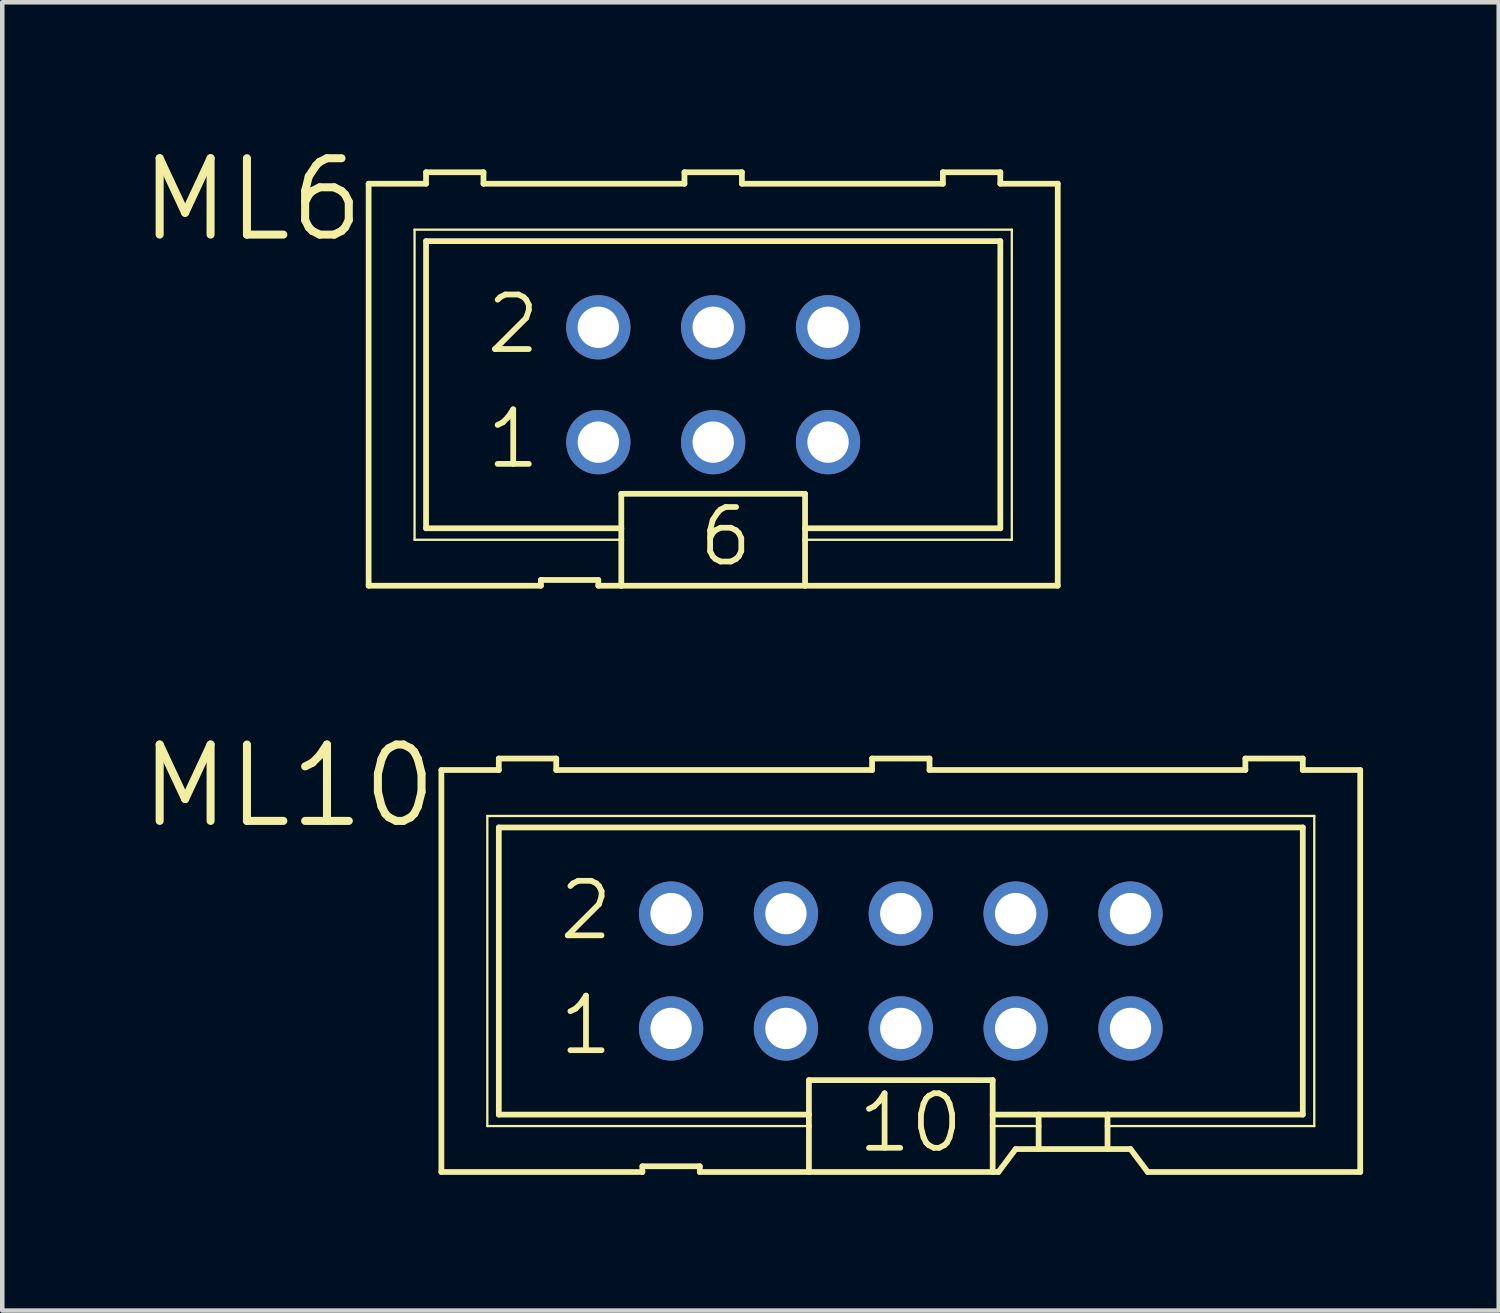
<source format=kicad_pcb>
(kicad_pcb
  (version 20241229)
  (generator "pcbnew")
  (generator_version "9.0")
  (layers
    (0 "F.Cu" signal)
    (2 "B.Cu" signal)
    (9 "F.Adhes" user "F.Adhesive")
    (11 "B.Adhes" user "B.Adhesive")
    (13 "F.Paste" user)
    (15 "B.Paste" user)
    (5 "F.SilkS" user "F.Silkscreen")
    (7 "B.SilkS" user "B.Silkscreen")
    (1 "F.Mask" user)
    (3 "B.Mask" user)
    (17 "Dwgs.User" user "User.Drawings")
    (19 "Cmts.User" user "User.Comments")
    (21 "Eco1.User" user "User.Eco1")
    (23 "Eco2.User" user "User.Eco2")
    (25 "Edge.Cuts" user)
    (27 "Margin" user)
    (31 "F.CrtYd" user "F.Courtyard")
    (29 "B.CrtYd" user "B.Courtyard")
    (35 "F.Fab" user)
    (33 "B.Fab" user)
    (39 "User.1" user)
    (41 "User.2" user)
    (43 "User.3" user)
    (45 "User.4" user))
  (footprint "ML6"
    (layer "F.Cu")
    (at 12.722 5.458)
    (property "Reference" "ML6" (at -7.62 -5.08 0) (layer "F.SilkS") (effects (font (size 1.689 1.689) (thickness 0.178)) (justify right top)))
    (attr through_hole)
    (fp_line (start -7.62 -4.445) (end -7.62 4.445) (stroke (width 0.127) (type solid)) (layer "F.SilkS"))
    (fp_line (start -7.62 -4.445) (end -6.35 -4.445) (stroke (width 0.127) (type solid)) (layer "F.SilkS"))
    (fp_line (start -6.604 -3.429) (end -6.604 3.429) (stroke (width 0.051) (type solid)) (layer "F.SilkS"))
    (fp_line (start -6.604 3.429) (end -2.032 3.429) (stroke (width 0.051) (type solid)) (layer "F.SilkS"))
    (fp_line (start -6.35 -4.699) (end -6.35 -4.445) (stroke (width 0.127) (type solid)) (layer "F.SilkS"))
    (fp_line (start -6.35 -3.175) (end -6.35 3.175) (stroke (width 0.127) (type solid)) (layer "F.SilkS"))
    (fp_line (start -6.35 -3.175) (end 6.35 -3.175) (stroke (width 0.127) (type solid)) (layer "F.SilkS"))
    (fp_line (start -5.08 -4.699) (end -6.35 -4.699) (stroke (width 0.127) (type solid)) (layer "F.SilkS"))
    (fp_line (start -5.08 -4.699) (end -5.08 -4.445) (stroke (width 0.127) (type solid)) (layer "F.SilkS"))
    (fp_line (start -5.08 -4.445) (end -0.635 -4.445) (stroke (width 0.127) (type solid)) (layer "F.SilkS"))
    (fp_line (start -3.81 4.445) (end -7.62 4.445) (stroke (width 0.127) (type solid)) (layer "F.SilkS"))
    (fp_line (start -3.81 4.445) (end -3.81 4.318) (stroke (width 0.127) (type solid)) (layer "F.SilkS"))
    (fp_line (start -2.54 4.318) (end -3.81 4.318) (stroke (width 0.127) (type solid)) (layer "F.SilkS"))
    (fp_line (start -2.54 4.318) (end -2.54 4.445) (stroke (width 0.127) (type solid)) (layer "F.SilkS"))
    (fp_line (start -2.032 3.175) (end -6.35 3.175) (stroke (width 0.127) (type solid)) (layer "F.SilkS"))
    (fp_line (start -2.032 3.175) (end -2.032 2.413) (stroke (width 0.127) (type solid)) (layer "F.SilkS"))
    (fp_line (start -2.032 3.175) (end -2.032 3.429) (stroke (width 0.127) (type solid)) (layer "F.SilkS"))
    (fp_line (start -2.032 3.429) (end -2.032 4.445) (stroke (width 0.127) (type solid)) (layer "F.SilkS"))
    (fp_line (start -2.032 4.445) (end -2.54 4.445) (stroke (width 0.127) (type solid)) (layer "F.SilkS"))
    (fp_line (start -0.635 -4.699) (end -0.635 -4.445) (stroke (width 0.127) (type solid)) (layer "F.SilkS"))
    (fp_line (start 0.635 -4.699) (end -0.635 -4.699) (stroke (width 0.127) (type solid)) (layer "F.SilkS"))
    (fp_line (start 0.635 -4.699) (end 0.635 -4.445) (stroke (width 0.127) (type solid)) (layer "F.SilkS"))
    (fp_line (start 0.635 -4.445) (end 5.08 -4.445) (stroke (width 0.127) (type solid)) (layer "F.SilkS"))
    (fp_line (start 2.032 2.413) (end -2.032 2.413) (stroke (width 0.127) (type solid)) (layer "F.SilkS"))
    (fp_line (start 2.032 2.413) (end 2.032 3.175) (stroke (width 0.127) (type solid)) (layer "F.SilkS"))
    (fp_line (start 2.032 3.175) (end 2.032 3.429) (stroke (width 0.127) (type solid)) (layer "F.SilkS"))
    (fp_line (start 2.032 3.429) (end 2.032 4.445) (stroke (width 0.127) (type solid)) (layer "F.SilkS"))
    (fp_line (start 2.032 3.429) (end 6.604 3.429) (stroke (width 0.051) (type solid)) (layer "F.SilkS"))
    (fp_line (start 2.032 4.445) (end -2.032 4.445) (stroke (width 0.127) (type solid)) (layer "F.SilkS"))
    (fp_line (start 5.08 -4.445) (end 5.08 -4.699) (stroke (width 0.127) (type solid)) (layer "F.SilkS"))
    (fp_line (start 6.35 -4.699) (end 5.08 -4.699) (stroke (width 0.127) (type solid)) (layer "F.SilkS"))
    (fp_line (start 6.35 -4.445) (end 6.35 -4.699) (stroke (width 0.127) (type solid)) (layer "F.SilkS"))
    (fp_line (start 6.35 -4.445) (end 7.62 -4.445) (stroke (width 0.127) (type solid)) (layer "F.SilkS"))
    (fp_line (start 6.35 3.175) (end 2.032 3.175) (stroke (width 0.127) (type solid)) (layer "F.SilkS"))
    (fp_line (start 6.35 3.175) (end 6.35 -3.175) (stroke (width 0.127) (type solid)) (layer "F.SilkS"))
    (fp_line (start 6.604 -3.429) (end -6.604 -3.429) (stroke (width 0.051) (type solid)) (layer "F.SilkS"))
    (fp_line (start 6.604 3.429) (end 6.604 -3.429) (stroke (width 0.051) (type solid)) (layer "F.SilkS"))
    (fp_line (start 7.62 4.445) (end 2.032 4.445) (stroke (width 0.127) (type solid)) (layer "F.SilkS"))
    (fp_line (start 7.62 4.445) (end 7.62 -4.445) (stroke (width 0.127) (type solid)) (layer "F.SilkS"))
    (fp_poly (pts (xy -2.794 -1.016) (xy -2.286 -1.016) (xy -2.286 -1.524) (xy -2.794 -1.524)) (stroke (width 0.1) (type solid)) (fill no) (layer "F.Fab"))
    (fp_poly (pts (xy -2.794 1.524) (xy -2.286 1.524) (xy -2.286 1.016) (xy -2.794 1.016)) (stroke (width 0.1) (type solid)) (fill no) (layer "F.Fab"))
    (fp_poly (pts (xy -0.254 -1.016) (xy 0.254 -1.016) (xy 0.254 -1.524) (xy -0.254 -1.524)) (stroke (width 0.1) (type solid)) (fill no) (layer "F.Fab"))
    (fp_poly (pts (xy -0.254 1.524) (xy 0.254 1.524) (xy 0.254 1.016) (xy -0.254 1.016)) (stroke (width 0.1) (type solid)) (fill no) (layer "F.Fab"))
    (fp_poly (pts (xy 2.286 -1.016) (xy 2.794 -1.016) (xy 2.794 -1.524) (xy 2.286 -1.524)) (stroke (width 0.1) (type solid)) (fill no) (layer "F.Fab"))
    (fp_poly (pts (xy 2.286 1.524) (xy 2.794 1.524) (xy 2.794 1.016) (xy 2.286 1.016)) (stroke (width 0.1) (type solid)) (fill no) (layer "F.Fab"))
    (fp_text user "2" (at -5.08 -0.635 0) (layer "F.SilkS") (effects (font (size 1.206 1.206) (thickness 0.127)) (justify left bottom)))
    (fp_text user "1" (at -5.08 1.905 0) (layer "F.SilkS") (effects (font (size 1.206 1.206) (thickness 0.127)) (justify left bottom)))
    (fp_text user "6" (at -0.381 4.064 0) (layer "F.SilkS") (effects (font (size 1.206 1.206) (thickness 0.127)) (justify left bottom)))
    (pad "1" thru_hole circle (at -2.54 1.27) (size 1.422 1.422) (drill 0.914) (layers "*.Cu" "*.Mask"))
    (pad "2" thru_hole circle (at -2.54 -1.27) (size 1.422 1.422) (drill 0.914) (layers "*.Cu" "*.Mask"))
    (pad "3" thru_hole circle (at 0 1.27) (size 1.422 1.422) (drill 0.914) (layers "*.Cu" "*.Mask"))
    (pad "4" thru_hole circle (at 0 -1.27) (size 1.422 1.422) (drill 0.914) (layers "*.Cu" "*.Mask"))
    (pad "5" thru_hole circle (at 2.54 1.27) (size 1.422 1.422) (drill 0.914) (layers "*.Cu" "*.Mask"))
    (pad "6" thru_hole circle (at 2.54 -1.27) (size 1.422 1.422) (drill 0.914) (layers "*.Cu" "*.Mask")))
  (footprint "ML10"
    (layer "F.Cu")
    (at 16.871 18.424)
    (property "Reference" "ML10" (at -10.16 -5.08 0) (layer "F.SilkS") (effects (font (size 1.689 1.689) (thickness 0.178)) (justify right top)))
    (attr through_hole)
    (fp_line (start -10.16 -4.445) (end -10.16 4.445) (stroke (width 0.127) (type solid)) (layer "F.SilkS"))
    (fp_line (start -10.16 -4.445) (end -8.89 -4.445) (stroke (width 0.127) (type solid)) (layer "F.SilkS"))
    (fp_line (start -9.144 -3.429) (end -9.144 3.429) (stroke (width 0.051) (type solid)) (layer "F.SilkS"))
    (fp_line (start -9.144 3.429) (end -2.032 3.429) (stroke (width 0.051) (type solid)) (layer "F.SilkS"))
    (fp_line (start -8.89 -4.699) (end -8.89 -4.445) (stroke (width 0.127) (type solid)) (layer "F.SilkS"))
    (fp_line (start -8.89 -3.175) (end -8.89 3.175) (stroke (width 0.127) (type solid)) (layer "F.SilkS"))
    (fp_line (start -8.89 -3.175) (end 8.89 -3.175) (stroke (width 0.127) (type solid)) (layer "F.SilkS"))
    (fp_line (start -7.62 -4.699) (end -8.89 -4.699) (stroke (width 0.127) (type solid)) (layer "F.SilkS"))
    (fp_line (start -7.62 -4.699) (end -7.62 -4.445) (stroke (width 0.127) (type solid)) (layer "F.SilkS"))
    (fp_line (start -7.62 -4.445) (end -0.635 -4.445) (stroke (width 0.127) (type solid)) (layer "F.SilkS"))
    (fp_line (start -5.715 4.445) (end -10.16 4.445) (stroke (width 0.127) (type solid)) (layer "F.SilkS"))
    (fp_line (start -5.715 4.445) (end -5.715 4.318) (stroke (width 0.127) (type solid)) (layer "F.SilkS"))
    (fp_line (start -4.445 4.318) (end -5.715 4.318) (stroke (width 0.127) (type solid)) (layer "F.SilkS"))
    (fp_line (start -4.445 4.318) (end -4.445 4.445) (stroke (width 0.127) (type solid)) (layer "F.SilkS"))
    (fp_line (start -2.032 3.175) (end -8.89 3.175) (stroke (width 0.127) (type solid)) (layer "F.SilkS"))
    (fp_line (start -2.032 3.175) (end -2.032 2.413) (stroke (width 0.127) (type solid)) (layer "F.SilkS"))
    (fp_line (start -2.032 3.175) (end -2.032 3.429) (stroke (width 0.127) (type solid)) (layer "F.SilkS"))
    (fp_line (start -2.032 3.429) (end -2.032 4.445) (stroke (width 0.127) (type solid)) (layer "F.SilkS"))
    (fp_line (start -2.032 4.445) (end -4.445 4.445) (stroke (width 0.127) (type solid)) (layer "F.SilkS"))
    (fp_line (start -0.635 -4.699) (end -0.635 -4.445) (stroke (width 0.127) (type solid)) (layer "F.SilkS"))
    (fp_line (start 0.635 -4.699) (end -0.635 -4.699) (stroke (width 0.127) (type solid)) (layer "F.SilkS"))
    (fp_line (start 0.635 -4.699) (end 0.635 -4.445) (stroke (width 0.127) (type solid)) (layer "F.SilkS"))
    (fp_line (start 0.635 -4.445) (end 7.62 -4.445) (stroke (width 0.127) (type solid)) (layer "F.SilkS"))
    (fp_line (start 2.032 2.413) (end -2.032 2.413) (stroke (width 0.127) (type solid)) (layer "F.SilkS"))
    (fp_line (start 2.032 2.413) (end 2.032 3.175) (stroke (width 0.127) (type solid)) (layer "F.SilkS"))
    (fp_line (start 2.032 3.175) (end 2.032 3.429) (stroke (width 0.127) (type solid)) (layer "F.SilkS"))
    (fp_line (start 2.032 3.429) (end 2.032 4.445) (stroke (width 0.127) (type solid)) (layer "F.SilkS"))
    (fp_line (start 2.032 4.445) (end -2.032 4.445) (stroke (width 0.127) (type solid)) (layer "F.SilkS"))
    (fp_line (start 2.159 4.445) (end 2.032 4.445) (stroke (width 0.127) (type solid)) (layer "F.SilkS"))
    (fp_line (start 2.159 4.445) (end 2.54 3.937) (stroke (width 0.127) (type solid)) (layer "F.SilkS"))
    (fp_line (start 3.048 3.175) (end 2.032 3.175) (stroke (width 0.127) (type solid)) (layer "F.SilkS"))
    (fp_line (start 3.048 3.175) (end 3.048 3.429) (stroke (width 0.127) (type solid)) (layer "F.SilkS"))
    (fp_line (start 3.048 3.429) (end 2.032 3.429) (stroke (width 0.051) (type solid)) (layer "F.SilkS"))
    (fp_line (start 3.048 3.429) (end 3.048 3.937) (stroke (width 0.127) (type solid)) (layer "F.SilkS"))
    (fp_line (start 3.048 3.937) (end 2.54 3.937) (stroke (width 0.127) (type solid)) (layer "F.SilkS"))
    (fp_line (start 4.572 3.175) (end 3.048 3.175) (stroke (width 0.127) (type solid)) (layer "F.SilkS"))
    (fp_line (start 4.572 3.175) (end 4.572 3.429) (stroke (width 0.127) (type solid)) (layer "F.SilkS"))
    (fp_line (start 4.572 3.429) (end 4.572 3.937) (stroke (width 0.127) (type solid)) (layer "F.SilkS"))
    (fp_line (start 4.572 3.429) (end 9.144 3.429) (stroke (width 0.051) (type solid)) (layer "F.SilkS"))
    (fp_line (start 4.572 3.937) (end 3.048 3.937) (stroke (width 0.127) (type solid)) (layer "F.SilkS"))
    (fp_line (start 5.08 3.937) (end 4.572 3.937) (stroke (width 0.127) (type solid)) (layer "F.SilkS"))
    (fp_line (start 5.08 3.937) (end 5.461 4.445) (stroke (width 0.127) (type solid)) (layer "F.SilkS"))
    (fp_line (start 7.62 -4.445) (end 7.62 -4.699) (stroke (width 0.127) (type solid)) (layer "F.SilkS"))
    (fp_line (start 8.89 -4.699) (end 7.62 -4.699) (stroke (width 0.127) (type solid)) (layer "F.SilkS"))
    (fp_line (start 8.89 -4.445) (end 8.89 -4.699) (stroke (width 0.127) (type solid)) (layer "F.SilkS"))
    (fp_line (start 8.89 -4.445) (end 10.16 -4.445) (stroke (width 0.127) (type solid)) (layer "F.SilkS"))
    (fp_line (start 8.89 3.175) (end 4.572 3.175) (stroke (width 0.127) (type solid)) (layer "F.SilkS"))
    (fp_line (start 8.89 3.175) (end 8.89 -3.175) (stroke (width 0.127) (type solid)) (layer "F.SilkS"))
    (fp_line (start 9.144 -3.429) (end -9.144 -3.429) (stroke (width 0.051) (type solid)) (layer "F.SilkS"))
    (fp_line (start 9.144 3.429) (end 9.144 -3.429) (stroke (width 0.051) (type solid)) (layer "F.SilkS"))
    (fp_line (start 10.16 4.445) (end 5.461 4.445) (stroke (width 0.127) (type solid)) (layer "F.SilkS"))
    (fp_line (start 10.16 4.445) (end 10.16 -4.445) (stroke (width 0.127) (type solid)) (layer "F.SilkS"))
    (fp_poly (pts (xy -5.334 -1.016) (xy -4.826 -1.016) (xy -4.826 -1.524) (xy -5.334 -1.524)) (stroke (width 0.1) (type solid)) (fill no) (layer "F.Fab"))
    (fp_poly (pts (xy -5.334 1.524) (xy -4.826 1.524) (xy -4.826 1.016) (xy -5.334 1.016)) (stroke (width 0.1) (type solid)) (fill no) (layer "F.Fab"))
    (fp_poly (pts (xy -2.794 -1.016) (xy -2.286 -1.016) (xy -2.286 -1.524) (xy -2.794 -1.524)) (stroke (width 0.1) (type solid)) (fill no) (layer "F.Fab"))
    (fp_poly (pts (xy -2.794 1.524) (xy -2.286 1.524) (xy -2.286 1.016) (xy -2.794 1.016)) (stroke (width 0.1) (type solid)) (fill no) (layer "F.Fab"))
    (fp_poly (pts (xy -0.254 -1.016) (xy 0.254 -1.016) (xy 0.254 -1.524) (xy -0.254 -1.524)) (stroke (width 0.1) (type solid)) (fill no) (layer "F.Fab"))
    (fp_poly (pts (xy -0.254 1.524) (xy 0.254 1.524) (xy 0.254 1.016) (xy -0.254 1.016)) (stroke (width 0.1) (type solid)) (fill no) (layer "F.Fab"))
    (fp_poly (pts (xy 2.286 -1.016) (xy 2.794 -1.016) (xy 2.794 -1.524) (xy 2.286 -1.524)) (stroke (width 0.1) (type solid)) (fill no) (layer "F.Fab"))
    (fp_poly (pts (xy 2.286 1.524) (xy 2.794 1.524) (xy 2.794 1.016) (xy 2.286 1.016)) (stroke (width 0.1) (type solid)) (fill no) (layer "F.Fab"))
    (fp_poly (pts (xy 4.826 -1.016) (xy 5.334 -1.016) (xy 5.334 -1.524) (xy 4.826 -1.524)) (stroke (width 0.1) (type solid)) (fill no) (layer "F.Fab"))
    (fp_poly (pts (xy 4.826 1.524) (xy 5.334 1.524) (xy 5.334 1.016) (xy 4.826 1.016)) (stroke (width 0.1) (type solid)) (fill no) (layer "F.Fab"))
    (fp_text user "10" (at -1.016 4.064 0) (layer "F.SilkS") (effects (font (size 1.206 1.206) (thickness 0.127)) (justify left bottom)))
    (fp_text user "2" (at -7.62 -0.635 0) (layer "F.SilkS") (effects (font (size 1.206 1.206) (thickness 0.127)) (justify left bottom)))
    (fp_text user "1" (at -7.62 1.905 0) (layer "F.SilkS") (effects (font (size 1.206 1.206) (thickness 0.127)) (justify left bottom)))
    (pad "1" thru_hole circle (at -5.08 1.27) (size 1.422 1.422) (drill 0.914) (layers "*.Cu" "*.Mask"))
    (pad "2" thru_hole circle (at -5.08 -1.27) (size 1.422 1.422) (drill 0.914) (layers "*.Cu" "*.Mask"))
    (pad "3" thru_hole circle (at -2.54 1.27) (size 1.422 1.422) (drill 0.914) (layers "*.Cu" "*.Mask"))
    (pad "4" thru_hole circle (at -2.54 -1.27) (size 1.422 1.422) (drill 0.914) (layers "*.Cu" "*.Mask"))
    (pad "5" thru_hole circle (at 0 1.27) (size 1.422 1.422) (drill 0.914) (layers "*.Cu" "*.Mask"))
    (pad "6" thru_hole circle (at 0 -1.27) (size 1.422 1.422) (drill 0.914) (layers "*.Cu" "*.Mask"))
    (pad "7" thru_hole circle (at 2.54 1.27) (size 1.422 1.422) (drill 0.914) (layers "*.Cu" "*.Mask"))
    (pad "8" thru_hole circle (at 2.54 -1.27) (size 1.422 1.422) (drill 0.914) (layers "*.Cu" "*.Mask"))
    (pad "9" thru_hole circle (at 5.08 1.27) (size 1.422 1.422) (drill 0.914) (layers "*.Cu" "*.Mask"))
    (pad "10" thru_hole circle (at 5.08 -1.27) (size 1.422 1.422) (drill 0.914) (layers "*.Cu" "*.Mask")))
  (gr_rect
    (start -3 -3)
    (end 30.094 25.933)
    (stroke (width 0.1) (type default))
    (fill no)
    (layer "Edge.Cuts")))
</source>
